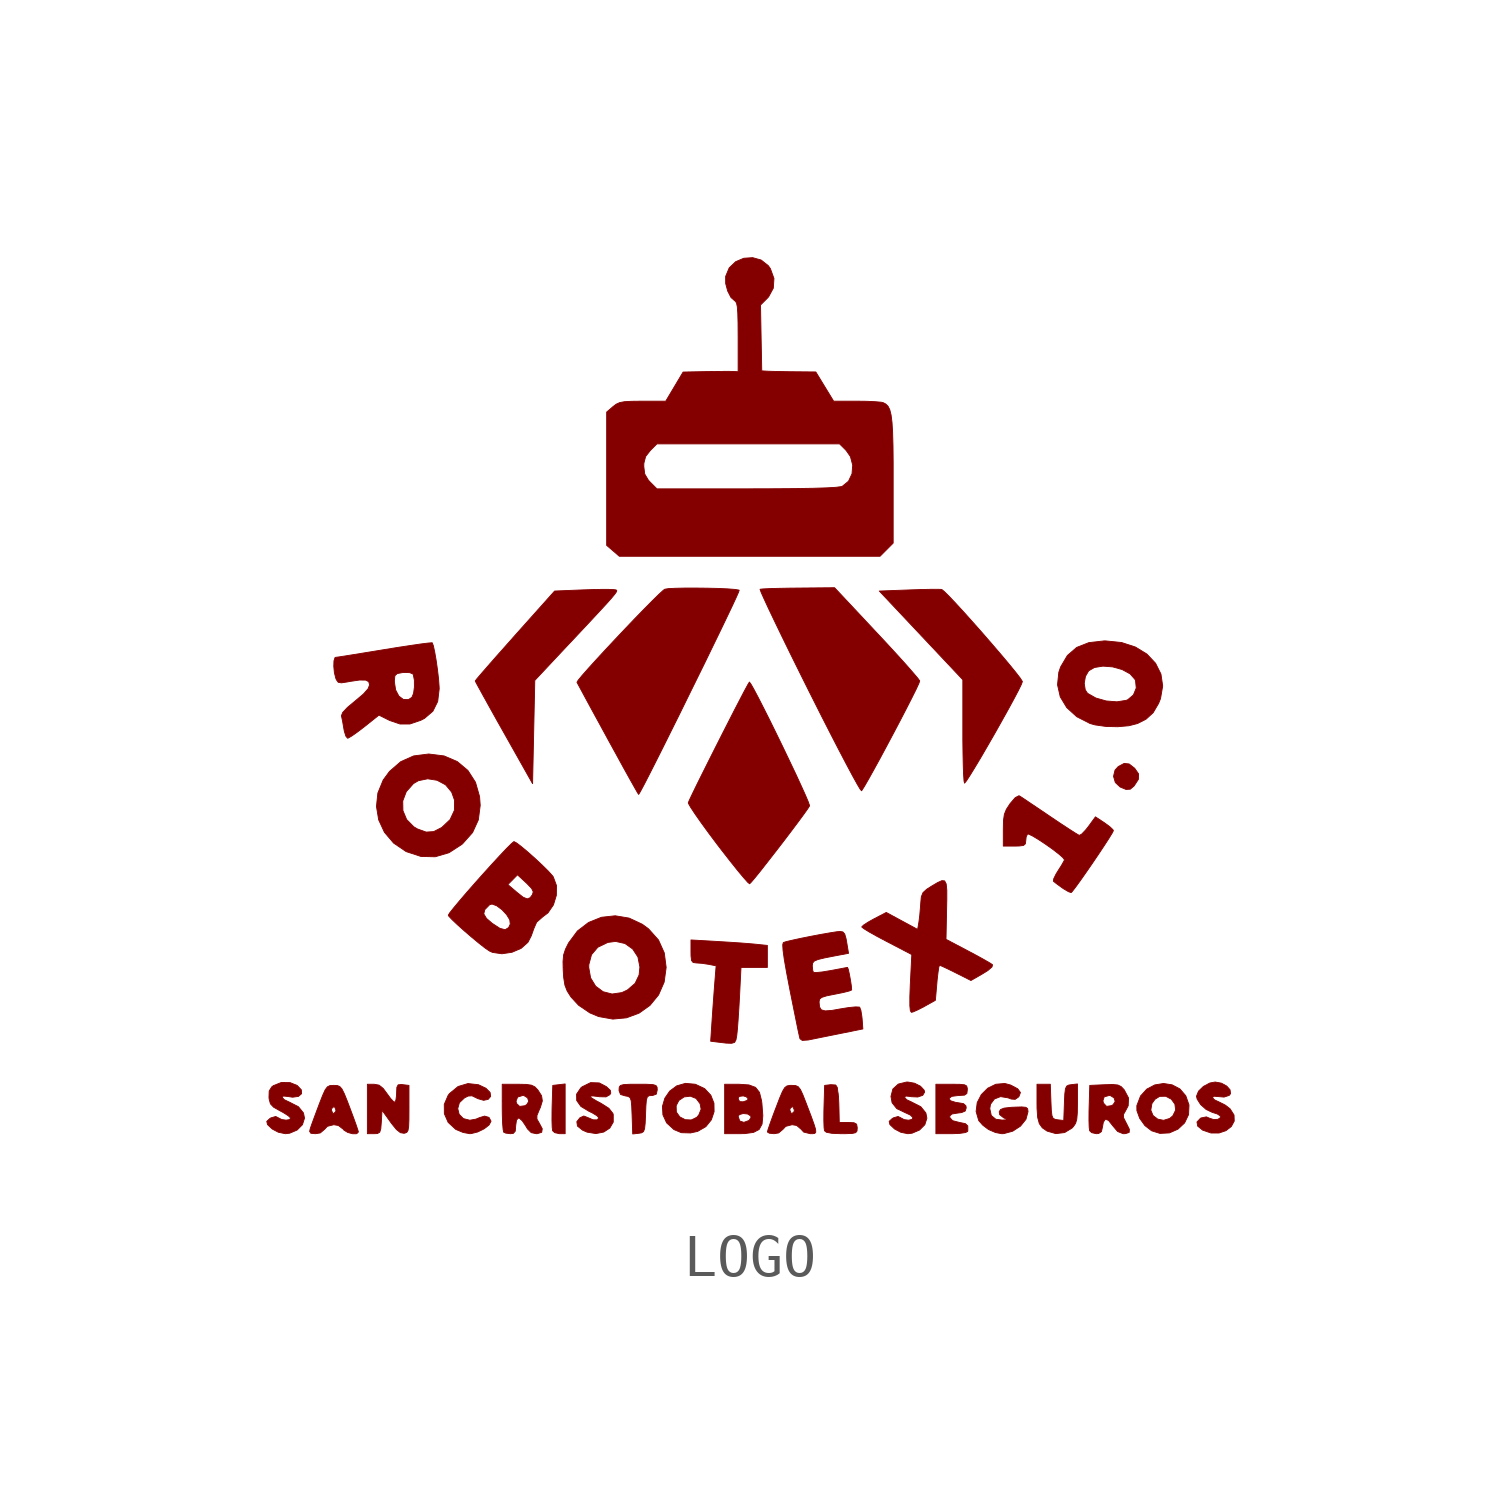
<source format=kicad_sym>
(kicad_symbol_lib
  (version 20210619)
  (generator bitmap2component)
  (symbol "LOGO"
    (pin_names
      (offset 1.016))
    (property "Reference" "#G"
      (at 0 11.011 0)
      (effects (font (size 1.27 1.27)) hide))
    (symbol "LOGO_0_0"
      (polyline (pts (xy -11.255 -9.79) (xy -11.081 -9.716) (xy -10.956 -9.59) (xy -10.908 -9.437) (xy -10.932 -9.316) (xy -11.05 -9.17) (xy -11.267 -9.059) (xy -11.382 -9.005) (xy -11.432 -8.95) (xy -11.406 -8.918) (xy -11.299 -8.929) (xy -11.187 -8.946) (xy -11.05 -8.927) (xy -10.977 -8.864) (xy -10.982 -8.774) (xy -11.078 -8.672) (xy -11.245 -8.604) (xy -11.452 -8.601) (xy -11.637 -8.674) (xy -11.677 -8.705) (xy -11.736 -8.801) (xy -11.741 -8.95) (xy -11.737 -8.992) (xy -11.707 -9.101) (xy -11.633 -9.18) (xy -11.488 -9.262) (xy -11.405 -9.307) (xy -11.287 -9.382) (xy -11.233 -9.434) (xy -11.258 -9.472) (xy -11.342 -9.484) (xy -11.445 -9.469) (xy -11.524 -9.428) (xy -11.583 -9.398) (xy -11.693 -9.43) (xy -11.719 -9.445) (xy -11.793 -9.513) (xy -11.775 -9.589) (xy -11.665 -9.692) (xy -11.521 -9.768) (xy -11.356 -9.802) (xy -11.255 -9.79)) (stroke (width 0.01)) (fill (type outline)))
      (polyline (pts (xy -9.684 -9.802) (xy -9.644 -9.762) (xy -9.655 -9.721) (xy -9.696 -9.598) (xy -9.762 -9.415) (xy -9.844 -9.196) (xy -9.902 -9.043) (xy -9.975 -8.862) (xy -10.031 -8.751) (xy -10.082 -8.694) (xy -10.141 -8.672) (xy -10.22 -8.669) (xy -10.23 -8.669) (xy -10.312 -8.674) (xy -10.371 -8.703) (xy -10.424 -8.774) (xy -10.483 -8.905) (xy -10.566 -9.117) (xy -10.598 -9.204) (xy -10.615 -9.248) (xy -10.276 -9.248) (xy -10.27 -9.212) (xy -10.223 -9.169) (xy -10.199 -9.178) (xy -10.171 -9.248) (xy -10.177 -9.285) (xy -10.223 -9.327) (xy -10.248 -9.319) (xy -10.276 -9.248) (xy -10.615 -9.248) (xy -10.676 -9.412) (xy -10.738 -9.581) (xy -10.773 -9.683) (xy -10.788 -9.748) (xy -10.759 -9.792) (xy -10.65 -9.802) (xy -10.538 -9.784) (xy -10.434 -9.696) (xy -10.373 -9.629) (xy -10.222 -9.591) (xy -10.114 -9.609) (xy -10 -9.696) (xy -9.983 -9.718) (xy -9.893 -9.773) (xy -9.78 -9.803) (xy -9.684 -9.802)) (stroke (width 0.01)) (fill (type outline)))
      (polyline (pts (xy -9.199 -9.798) (xy -9.144 -9.768) (xy -9.119 -9.687) (xy -9.106 -9.526) (xy -9.09 -9.251) (xy -8.89 -9.529) (xy -8.874 -9.553) (xy -8.752 -9.704) (xy -8.658 -9.778) (xy -8.574 -9.792) (xy -8.553 -9.788) (xy -8.508 -9.77) (xy -8.48 -9.723) (xy -8.465 -9.629) (xy -8.459 -9.469) (xy -8.458 -9.222) (xy -8.458 -8.669) (xy -8.603 -8.652) (xy -8.638 -8.648) (xy -8.712 -8.656) (xy -8.742 -8.714) (xy -8.748 -8.85) (xy -8.749 -8.9) (xy -8.765 -9.017) (xy -8.793 -9.064) (xy -8.816 -9.053) (xy -8.888 -8.977) (xy -8.979 -8.853) (xy -9.062 -8.741) (xy -9.159 -8.663) (xy -9.275 -8.642) (xy -9.433 -8.642) (xy -9.433 -9.802) (xy -9.277 -9.802) (xy -9.199 -9.798)) (stroke (width 0.01)) (fill (type outline)))
      (polyline (pts (xy -7.002 -9.8) (xy -6.848 -9.762) (xy -6.696 -9.688) (xy -6.58 -9.598) (xy -6.534 -9.511) (xy -6.535 -9.505) (xy -6.581 -9.42) (xy -6.684 -9.389) (xy -6.804 -9.425) (xy -6.886 -9.46) (xy -7.031 -9.486) (xy -7.181 -9.448) (xy -7.281 -9.347) (xy -7.314 -9.213) (xy -7.275 -9.074) (xy -7.155 -8.961) (xy -7.07 -8.919) (xy -6.979 -8.913) (xy -6.865 -8.968) (xy -6.848 -8.978) (xy -6.707 -9.019) (xy -6.6 -8.996) (xy -6.543 -8.928) (xy -6.555 -8.835) (xy -6.653 -8.736) (xy -6.829 -8.653) (xy -7.074 -8.626) (xy -7.306 -8.695) (xy -7.506 -8.859) (xy -7.539 -8.902) (xy -7.63 -9.113) (xy -7.628 -9.333) (xy -7.539 -9.536) (xy -7.366 -9.696) (xy -7.351 -9.705) (xy -7.188 -9.773) (xy -7.035 -9.801) (xy -7.002 -9.8)) (stroke (width 0.01)) (fill (type outline)))
      (polyline (pts (xy -5.448 -9.801) (xy -5.345 -9.769) (xy -5.332 -9.686) (xy -5.406 -9.547) (xy -5.457 -9.459) (xy -5.457 -9.376) (xy -5.406 -9.251) (xy -5.376 -9.185) (xy -5.33 -9.033) (xy -5.348 -8.912) (xy -5.432 -8.781) (xy -5.435 -8.776) (xy -5.504 -8.704) (xy -5.584 -8.664) (xy -5.708 -8.646) (xy -5.906 -8.642) (xy -6.271 -8.642) (xy -6.271 -9.037) (xy -5.947 -9.037) (xy -5.909 -8.942) (xy -5.792 -8.906) (xy -5.76 -8.909) (xy -5.676 -8.961) (xy -5.649 -9.045) (xy -5.697 -9.121) (xy -5.745 -9.147) (xy -5.863 -9.162) (xy -5.935 -9.093) (xy -5.947 -9.037) (xy -6.271 -9.037) (xy -6.271 -9.187) (xy -6.269 -9.353) (xy -6.262 -9.556) (xy -6.25 -9.702) (xy -6.236 -9.767) (xy -6.188 -9.788) (xy -6.078 -9.802) (xy -6.01 -9.794) (xy -5.965 -9.742) (xy -5.955 -9.617) (xy -5.955 -9.613) (xy -5.936 -9.481) (xy -5.888 -9.433) (xy -5.872 -9.436) (xy -5.8 -9.5) (xy -5.721 -9.617) (xy -5.679 -9.688) (xy -5.59 -9.777) (xy -5.472 -9.802) (xy -5.448 -9.801)) (stroke (width 0.01)) (fill (type outline)))
      (polyline (pts (xy -4.795 -8.635) (xy -5.085 -8.669) (xy -5.101 -9.165) (xy -5.103 -9.283) (xy -5.104 -9.492) (xy -5.099 -9.651) (xy -5.089 -9.732) (xy -5.04 -9.777) (xy -4.929 -9.802) (xy -4.795 -9.802) (xy -4.795 -8.635)) (stroke (width 0.01)) (fill (type outline)))
      (polyline (pts (xy -3.89 -9.763) (xy -3.748 -9.67) (xy -3.667 -9.53) (xy -3.667 -9.352) (xy -3.676 -9.325) (xy -3.77 -9.206) (xy -3.958 -9.087) (xy -4.062 -9.032) (xy -4.173 -8.965) (xy -4.216 -8.927) (xy -4.211 -8.921) (xy -4.142 -8.916) (xy -4.014 -8.931) (xy -3.988 -8.935) (xy -3.836 -8.938) (xy -3.748 -8.888) (xy -3.725 -8.851) (xy -3.735 -8.786) (xy -3.826 -8.7) (xy -3.995 -8.611) (xy -4.198 -8.604) (xy -4.393 -8.699) (xy -4.43 -8.73) (xy -4.527 -8.875) (xy -4.524 -9.023) (xy -4.426 -9.162) (xy -4.234 -9.278) (xy -4.162 -9.312) (xy -4.049 -9.38) (xy -4.005 -9.431) (xy -4.044 -9.478) (xy -4.142 -9.476) (xy -4.265 -9.423) (xy -4.358 -9.387) (xy -4.449 -9.429) (xy -4.521 -9.52) (xy -4.506 -9.623) (xy -4.387 -9.719) (xy -4.279 -9.766) (xy -4.074 -9.799) (xy -3.89 -9.763)) (stroke (width 0.01)) (fill (type outline)))
      (polyline (pts (xy -3.067 -9.792) (xy -3.002 -9.781) (xy -2.957 -9.752) (xy -2.932 -9.684) (xy -2.918 -9.554) (xy -2.909 -9.341) (xy -2.902 -9.156) (xy -2.89 -9.015) (xy -2.868 -8.94) (xy -2.828 -8.911) (xy -2.764 -8.906) (xy -2.742 -8.905) (xy -2.657 -8.874) (xy -2.635 -8.774) (xy -2.639 -8.711) (xy -2.665 -8.672) (xy -2.733 -8.651) (xy -2.866 -8.643) (xy -3.083 -8.642) (xy -3.292 -8.643) (xy -3.427 -8.651) (xy -3.499 -8.671) (xy -3.526 -8.709) (xy -3.531 -8.771) (xy -3.53 -8.796) (xy -3.495 -8.882) (xy -3.386 -8.915) (xy -3.318 -8.927) (xy -3.273 -8.956) (xy -3.247 -9.025) (xy -3.234 -9.156) (xy -3.225 -9.37) (xy -3.21 -9.808) (xy -3.067 -9.792)) (stroke (width 0.01)) (fill (type outline)))
      (polyline (pts (xy -1.688 -9.748) (xy -1.495 -9.636) (xy -1.366 -9.476) (xy -1.302 -9.285) (xy -1.305 -9.086) (xy -1.379 -8.899) (xy -1.524 -8.744) (xy -1.742 -8.642) (xy -1.974 -8.621) (xy -2.178 -8.68) (xy -2.342 -8.802) (xy -2.457 -8.969) (xy -2.509 -9.147) (xy -2.192 -9.147) (xy -2.128 -9.022) (xy -2.004 -8.939) (xy -1.859 -8.922) (xy -1.724 -8.975) (xy -1.63 -9.099) (xy -1.606 -9.226) (xy -1.66 -9.361) (xy -1.709 -9.418) (xy -1.839 -9.48) (xy -1.981 -9.473) (xy -2.107 -9.407) (xy -2.187 -9.294) (xy -2.192 -9.147) (xy -2.509 -9.147) (xy -2.513 -9.161) (xy -2.502 -9.36) (xy -2.415 -9.548) (xy -2.244 -9.705) (xy -2.07 -9.778) (xy -1.854 -9.784) (xy -1.688 -9.748)) (stroke (width 0.01)) (fill (type outline)))
      (polyline (pts (xy -0.58 -9.799) (xy -0.376 -9.771) (xy -0.245 -9.702) (xy -0.177 -9.577) (xy -0.159 -9.379) (xy -0.18 -9.095) (xy -0.189 -9.025) (xy -0.238 -8.832) (xy -0.33 -8.716) (xy -0.484 -8.658) (xy -0.72 -8.642) (xy -1.054 -8.642) (xy -1.054 -8.985) (xy -0.738 -8.985) (xy -0.716 -8.928) (xy -0.619 -8.915) (xy -0.545 -8.937) (xy -0.501 -8.985) (xy -0.526 -9.021) (xy -0.619 -9.054) (xy -0.701 -9.05) (xy -0.738 -8.985) (xy -1.054 -8.985) (xy -1.054 -9.398) (xy -0.738 -9.398) (xy -0.71 -9.354) (xy -0.621 -9.329) (xy -0.516 -9.339) (xy -0.444 -9.386) (xy -0.436 -9.421) (xy -0.481 -9.491) (xy -0.604 -9.536) (xy -0.7 -9.504) (xy -0.738 -9.398) (xy -1.054 -9.398) (xy -1.054 -9.802) (xy -0.717 -9.802) (xy -0.58 -9.799)) (stroke (width 0.01)) (fill (type outline)))
      (polyline (pts (xy 1.06 -9.795) (xy 1.083 -9.765) (xy 1.078 -9.698) (xy 1.041 -9.578) (xy 0.973 -9.389) (xy 0.869 -9.117) (xy 0.859 -9.09) (xy 0.78 -8.888) (xy 0.722 -8.764) (xy 0.669 -8.698) (xy 0.608 -8.673) (xy 0.523 -8.669) (xy 0.472 -8.669) (xy 0.407 -8.682) (xy 0.354 -8.723) (xy 0.302 -8.811) (xy 0.237 -8.963) (xy 0.148 -9.196) (xy 0.128 -9.248) (xy 0.474 -9.248) (xy 0.48 -9.212) (xy 0.527 -9.169) (xy 0.551 -9.178) (xy 0.58 -9.248) (xy 0.574 -9.285) (xy 0.527 -9.327) (xy 0.503 -9.319) (xy 0.474 -9.248) (xy 0.128 -9.248) (xy 0.083 -9.367) (xy 0.013 -9.56) (xy -0.035 -9.699) (xy -0.052 -9.762) (xy -0.052 -9.762) (xy -0.007 -9.79) (xy 0.104 -9.802) (xy 0.212 -9.784) (xy 0.316 -9.696) (xy 0.377 -9.63) (xy 0.527 -9.591) (xy 0.634 -9.608) (xy 0.738 -9.696) (xy 0.8 -9.764) (xy 0.954 -9.802) (xy 1.009 -9.802) (xy 1.06 -9.795)) (stroke (width 0.01)) (fill (type outline)))
      (polyline (pts (xy 1.786 -9.801) (xy 1.938 -9.796) (xy 2.018 -9.778) (xy 2.05 -9.739) (xy 2.055 -9.67) (xy 2.055 -9.659) (xy 2.041 -9.579) (xy 1.98 -9.545) (xy 1.844 -9.538) (xy 1.634 -9.538) (xy 1.627 -9.222) (xy 1.623 -9.079) (xy 1.615 -8.931) (xy 1.607 -8.853) (xy 1.601 -8.825) (xy 1.587 -8.718) (xy 1.551 -8.66) (xy 1.436 -8.652) (xy 1.291 -8.669) (xy 1.276 -9.165) (xy 1.273 -9.283) (xy 1.272 -9.492) (xy 1.277 -9.651) (xy 1.287 -9.732) (xy 1.331 -9.768) (xy 1.461 -9.793) (xy 1.685 -9.802) (xy 1.786 -9.801)) (stroke (width 0.01)) (fill (type outline)))
      (polyline (pts (xy 3.342 -9.79) (xy 3.516 -9.716) (xy 3.641 -9.59) (xy 3.689 -9.437) (xy 3.665 -9.316) (xy 3.547 -9.17) (xy 3.33 -9.059) (xy 3.215 -9.005) (xy 3.165 -8.95) (xy 3.191 -8.918) (xy 3.298 -8.929) (xy 3.32 -8.934) (xy 3.475 -8.941) (xy 3.591 -8.902) (xy 3.636 -8.826) (xy 3.624 -8.78) (xy 3.538 -8.688) (xy 3.399 -8.618) (xy 3.241 -8.59) (xy 3.213 -8.59) (xy 3.018 -8.638) (xy 2.891 -8.754) (xy 2.846 -8.927) (xy 2.873 -9.077) (xy 2.983 -9.214) (xy 3.185 -9.311) (xy 3.3 -9.364) (xy 3.361 -9.423) (xy 3.34 -9.467) (xy 3.259 -9.485) (xy 3.156 -9.472) (xy 3.073 -9.428) (xy 3.014 -9.398) (xy 2.904 -9.43) (xy 2.878 -9.445) (xy 2.804 -9.513) (xy 2.822 -9.589) (xy 2.932 -9.692) (xy 3.076 -9.768) (xy 3.241 -9.802) (xy 3.342 -9.79)) (stroke (width 0.01)) (fill (type outline)))
      (polyline (pts (xy 4.461 -9.794) (xy 4.593 -9.775) (xy 4.645 -9.749) (xy 4.649 -9.726) (xy 4.648 -9.619) (xy 4.591 -9.566) (xy 4.453 -9.538) (xy 4.453 -9.538) (xy 4.291 -9.496) (xy 4.226 -9.423) (xy 4.226 -9.385) (xy 4.276 -9.34) (xy 4.41 -9.318) (xy 4.504 -9.306) (xy 4.589 -9.269) (xy 4.611 -9.196) (xy 4.604 -9.148) (xy 4.548 -9.097) (xy 4.413 -9.074) (xy 4.366 -9.068) (xy 4.239 -9.028) (xy 4.209 -8.974) (xy 4.271 -8.926) (xy 4.427 -8.906) (xy 4.445 -8.906) (xy 4.572 -8.897) (xy 4.626 -8.859) (xy 4.637 -8.774) (xy 4.637 -8.739) (xy 4.622 -8.684) (xy 4.572 -8.655) (xy 4.461 -8.644) (xy 4.269 -8.642) (xy 3.9 -8.642) (xy 3.9 -9.802) (xy 4.277 -9.802) (xy 4.461 -9.794)) (stroke (width 0.01)) (fill (type outline)))
      (polyline (pts (xy 5.491 -9.8) (xy 5.702 -9.743) (xy 5.884 -9.624) (xy 6.012 -9.465) (xy 6.06 -9.287) (xy 6.06 -9.277) (xy 6.051 -9.214) (xy 6.009 -9.183) (xy 5.911 -9.174) (xy 5.731 -9.18) (xy 5.656 -9.184) (xy 5.499 -9.202) (xy 5.416 -9.235) (xy 5.385 -9.288) (xy 5.396 -9.356) (xy 5.49 -9.43) (xy 5.564 -9.462) (xy 5.556 -9.477) (xy 5.452 -9.482) (xy 5.305 -9.463) (xy 5.199 -9.375) (xy 5.164 -9.213) (xy 5.181 -9.111) (xy 5.272 -8.988) (xy 5.416 -8.932) (xy 5.59 -8.96) (xy 5.667 -8.989) (xy 5.759 -8.996) (xy 5.833 -8.945) (xy 5.849 -8.927) (xy 5.883 -8.836) (xy 5.819 -8.749) (xy 5.654 -8.661) (xy 5.516 -8.624) (xy 5.306 -8.642) (xy 5.117 -8.734) (xy 4.966 -8.884) (xy 4.869 -9.072) (xy 4.843 -9.281) (xy 4.904 -9.492) (xy 4.91 -9.501) (xy 5 -9.602) (xy 5.128 -9.699) (xy 5.14 -9.706) (xy 5.297 -9.774) (xy 5.444 -9.802) (xy 5.491 -9.8)) (stroke (width 0.01)) (fill (type outline)))
      (polyline (pts (xy 6.919 -9.775) (xy 7.09 -9.672) (xy 7.126 -9.634) (xy 7.176 -9.56) (xy 7.204 -9.463) (xy 7.217 -9.315) (xy 7.22 -9.089) (xy 7.22 -8.635) (xy 7.075 -8.652) (xy 7.016 -8.661) (xy 6.966 -8.687) (xy 6.938 -8.751) (xy 6.923 -8.874) (xy 6.914 -9.08) (xy 6.899 -9.492) (xy 6.756 -9.476) (xy 6.701 -9.467) (xy 6.65 -9.442) (xy 6.622 -9.379) (xy 6.607 -9.256) (xy 6.598 -9.051) (xy 6.583 -8.642) (xy 6.271 -8.642) (xy 6.271 -9.08) (xy 6.272 -9.209) (xy 6.287 -9.422) (xy 6.326 -9.566) (xy 6.396 -9.664) (xy 6.508 -9.741) (xy 6.511 -9.742) (xy 6.713 -9.8) (xy 6.919 -9.775)) (stroke (width 0.01)) (fill (type outline)))
      (polyline (pts (xy 8.348 -9.8) (xy 8.433 -9.772) (xy 8.438 -9.699) (xy 8.37 -9.562) (xy 8.36 -9.543) (xy 8.302 -9.429) (xy 8.299 -9.351) (xy 8.348 -9.265) (xy 8.41 -9.146) (xy 8.418 -8.964) (xy 8.32 -8.779) (xy 8.314 -8.77) (xy 8.246 -8.698) (xy 8.169 -8.66) (xy 8.051 -8.648) (xy 7.859 -8.653) (xy 7.509 -8.669) (xy 7.498 -9.031) (xy 7.817 -9.031) (xy 7.847 -8.938) (xy 7.962 -8.906) (xy 7.994 -8.909) (xy 8.078 -8.961) (xy 8.105 -9.045) (xy 8.057 -9.121) (xy 8.017 -9.144) (xy 7.902 -9.161) (xy 7.831 -9.085) (xy 7.817 -9.031) (xy 7.498 -9.031) (xy 7.494 -9.165) (xy 7.491 -9.283) (xy 7.49 -9.492) (xy 7.495 -9.651) (xy 7.506 -9.732) (xy 7.553 -9.777) (xy 7.662 -9.802) (xy 7.718 -9.797) (xy 7.782 -9.753) (xy 7.809 -9.634) (xy 7.826 -9.535) (xy 7.873 -9.461) (xy 7.948 -9.489) (xy 8.05 -9.618) (xy 8.162 -9.75) (xy 8.291 -9.802) (xy 8.348 -9.8)) (stroke (width 0.01)) (fill (type outline)))
      (polyline (pts (xy 9.377 -9.783) (xy 9.576 -9.696) (xy 9.733 -9.549) (xy 9.826 -9.354) (xy 9.836 -9.127) (xy 9.761 -8.913) (xy 9.623 -8.752) (xy 9.441 -8.656) (xy 9.238 -8.624) (xy 9.033 -8.658) (xy 8.846 -8.756) (xy 8.7 -8.917) (xy 8.613 -9.143) (xy 8.614 -9.249) (xy 8.94 -9.249) (xy 8.966 -9.095) (xy 9.039 -8.994) (xy 9.147 -8.926) (xy 9.29 -8.924) (xy 9.421 -8.992) (xy 9.505 -9.108) (xy 9.523 -9.247) (xy 9.457 -9.382) (xy 9.383 -9.444) (xy 9.24 -9.488) (xy 9.102 -9.46) (xy 8.993 -9.376) (xy 8.94 -9.249) (xy 8.614 -9.249) (xy 8.614 -9.26) (xy 8.68 -9.442) (xy 8.803 -9.613) (xy 8.96 -9.734) (xy 9.155 -9.795) (xy 9.377 -9.783)) (stroke (width 0.01)) (fill (type outline)))
      (polyline (pts (xy 10.542 -9.785) (xy 10.705 -9.729) (xy 10.829 -9.632) (xy 10.897 -9.506) (xy 10.892 -9.364) (xy 10.799 -9.218) (xy 10.688 -9.132) (xy 10.535 -9.055) (xy 10.438 -9.01) (xy 10.384 -8.956) (xy 10.419 -8.923) (xy 10.542 -8.933) (xy 10.658 -8.943) (xy 10.78 -8.903) (xy 10.81 -8.862) (xy 10.799 -8.773) (xy 10.721 -8.685) (xy 10.597 -8.617) (xy 10.449 -8.59) (xy 10.325 -8.613) (xy 10.174 -8.693) (xy 10.059 -8.805) (xy 10.012 -8.923) (xy 10.027 -8.989) (xy 10.11 -9.12) (xy 10.24 -9.235) (xy 10.381 -9.301) (xy 10.5 -9.339) (xy 10.569 -9.384) (xy 10.573 -9.426) (xy 10.516 -9.464) (xy 10.419 -9.472) (xy 10.32 -9.44) (xy 10.243 -9.407) (xy 10.117 -9.433) (xy 10.106 -9.44) (xy 10.023 -9.527) (xy 10.04 -9.624) (xy 10.157 -9.719) (xy 10.16 -9.72) (xy 10.354 -9.786) (xy 10.542 -9.785)) (stroke (width 0.01)) (fill (type outline)))
      (polyline (pts (xy -0.821 -7.66) (xy -0.789 -7.601) (xy -0.77 -7.496) (xy -0.769 -7.488) (xy -0.755 -7.352) (xy -0.739 -7.14) (xy -0.722 -6.88) (xy -0.706 -6.6) (xy -0.671 -5.902) (xy -0.053 -5.902) (xy -0.053 -5.386) (xy -0.356 -5.355) (xy -0.469 -5.345) (xy -0.701 -5.327) (xy -0.974 -5.309) (xy -1.252 -5.292) (xy -1.844 -5.258) (xy -1.844 -5.527) (xy -1.843 -5.633) (xy -1.83 -5.742) (xy -1.793 -5.787) (xy -1.719 -5.797) (xy -1.586 -5.806) (xy -1.424 -5.831) (xy -1.254 -5.865) (xy -1.284 -6.239) (xy -1.289 -6.302) (xy -1.308 -6.555) (xy -1.329 -6.846) (xy -1.348 -7.123) (xy -1.382 -7.633) (xy -1.205 -7.655) (xy -1.022 -7.677) (xy -0.891 -7.682) (xy -0.821 -7.66)) (stroke (width 0.01)) (fill (type outline)))
      (polyline (pts (xy 0.907 -7.604) (xy 0.981 -7.589) (xy 1.157 -7.553) (xy 1.385 -7.507) (xy 1.634 -7.457) (xy 2.187 -7.345) (xy 2.17 -7.111) (xy 2.163 -7.047) (xy 2.141 -6.91) (xy 2.113 -6.837) (xy 2.104 -6.832) (xy 2.015 -6.828) (xy 1.858 -6.843) (xy 1.659 -6.875) (xy 1.464 -6.91) (xy 1.304 -6.922) (xy 1.212 -6.897) (xy 1.171 -6.829) (xy 1.16 -6.71) (xy 1.16 -6.71) (xy 1.172 -6.648) (xy 1.223 -6.605) (xy 1.336 -6.569) (xy 1.531 -6.53) (xy 1.547 -6.527) (xy 1.73 -6.49) (xy 1.864 -6.456) (xy 1.922 -6.432) (xy 1.924 -6.42) (xy 1.917 -6.334) (xy 1.897 -6.202) (xy 1.871 -6.061) (xy 1.846 -5.948) (xy 1.827 -5.902) (xy 1.825 -5.902) (xy 1.761 -5.914) (xy 1.623 -5.94) (xy 1.438 -5.975) (xy 1.413 -5.979) (xy 1.229 -6.009) (xy 1.092 -6.023) (xy 1.03 -6.019) (xy 1.012 -5.977) (xy 1.001 -5.87) (xy 1.001 -5.857) (xy 1.011 -5.797) (xy 1.048 -5.753) (xy 1.133 -5.717) (xy 1.283 -5.68) (xy 1.518 -5.634) (xy 1.851 -5.571) (xy 1.815 -5.354) (xy 1.794 -5.232) (xy 1.762 -5.119) (xy 1.719 -5.07) (xy 1.652 -5.059) (xy 1.574 -5.066) (xy 1.415 -5.091) (xy 1.208 -5.127) (xy 0.976 -5.171) (xy 0.746 -5.217) (xy 0.543 -5.261) (xy 0.393 -5.296) (xy 0.322 -5.319) (xy 0.308 -5.369) (xy 0.315 -5.5) (xy 0.345 -5.718) (xy 0.399 -6.026) (xy 0.477 -6.432) (xy 0.495 -6.522) (xy 0.559 -6.841) (xy 0.616 -7.122) (xy 0.662 -7.349) (xy 0.696 -7.505) (xy 0.712 -7.574) (xy 0.766 -7.614) (xy 0.907 -7.604)) (stroke (width 0.01)) (fill (type outline)))
      (polyline (pts (xy -3.356 -7.084) (xy -3.06 -6.974) (xy -2.805 -6.792) (xy -2.604 -6.547) (xy -2.473 -6.247) (xy -2.426 -5.902) (xy -2.47 -5.562) (xy -2.606 -5.259) (xy -2.838 -4.999) (xy -2.985 -4.89) (xy -3.296 -4.745) (xy -3.621 -4.691) (xy -3.943 -4.726) (xy -4.244 -4.846) (xy -4.507 -5.048) (xy -4.715 -5.329) (xy -4.787 -5.474) (xy -4.831 -5.609) (xy -4.845 -5.764) (xy -4.842 -5.902) (xy -4.242 -5.902) (xy -4.24 -5.838) (xy -4.177 -5.603) (xy -4.029 -5.429) (xy -3.795 -5.316) (xy -3.612 -5.292) (xy -3.393 -5.341) (xy -3.212 -5.469) (xy -3.088 -5.658) (xy -3.042 -5.894) (xy -3.061 -6.08) (xy -3.155 -6.277) (xy -3.336 -6.432) (xy -3.466 -6.493) (xy -3.694 -6.526) (xy -3.905 -6.472) (xy -4.079 -6.343) (xy -4.198 -6.149) (xy -4.242 -5.902) (xy -4.842 -5.902) (xy -4.84 -5.981) (xy -4.829 -6.143) (xy -4.801 -6.317) (xy -4.748 -6.454) (xy -4.658 -6.596) (xy -4.479 -6.79) (xy -4.215 -6.969) (xy -4.011 -7.054) (xy -3.678 -7.114) (xy -3.356 -7.084)) (stroke (width 0.01)) (fill (type outline)))
      (polyline (pts (xy 3.368 -6.945) (xy 3.485 -6.893) (xy 3.636 -6.814) (xy 3.888 -6.673) (xy 3.924 -6.261) (xy 3.928 -6.209) (xy 3.949 -6.026) (xy 3.968 -5.898) (xy 3.984 -5.849) (xy 3.987 -5.85) (xy 4.057 -5.88) (xy 4.191 -5.943) (xy 4.365 -6.029) (xy 4.722 -6.209) (xy 5 -6.049) (xy 5.117 -5.976) (xy 5.215 -5.892) (xy 5.229 -5.84) (xy 5.181 -5.807) (xy 5.054 -5.733) (xy 4.873 -5.632) (xy 4.659 -5.518) (xy 4.137 -5.243) (xy 4.151 -4.545) (xy 4.156 -4.317) (xy 4.156 -4.087) (xy 4.141 -3.943) (xy 4.105 -3.873) (xy 4.04 -3.867) (xy 3.939 -3.913) (xy 3.794 -3.999) (xy 3.687 -4.067) (xy 3.598 -4.148) (xy 3.558 -4.246) (xy 3.544 -4.403) (xy 3.539 -4.476) (xy 3.522 -4.676) (xy 3.502 -4.837) (xy 3.472 -5.011) (xy 3.104 -4.812) (xy 2.736 -4.613) (xy 2.448 -4.763) (xy 2.315 -4.837) (xy 2.204 -4.909) (xy 2.161 -4.952) (xy 2.161 -4.954) (xy 2.214 -4.996) (xy 2.341 -5.074) (xy 2.525 -5.177) (xy 2.748 -5.295) (xy 3.335 -5.601) (xy 3.301 -6.278) (xy 3.3 -6.29) (xy 3.289 -6.593) (xy 3.289 -6.8) (xy 3.301 -6.918) (xy 3.325 -6.956) (xy 3.368 -6.945)) (stroke (width 0.01)) (fill (type outline)))
      (polyline (pts (xy -6.042 -5.547) (xy -5.827 -5.455) (xy -5.67 -5.315) (xy -5.663 -5.304) (xy -5.589 -5.16) (xy -5.53 -4.993) (xy -5.464 -4.842) (xy -5.321 -4.716) (xy -5.198 -4.623) (xy -5.07 -4.436) (xy -5.001 -4.21) (xy -4.999 -3.98) (xy -5.074 -3.778) (xy -5.092 -3.753) (xy -5.187 -3.647) (xy -5.327 -3.509) (xy -5.49 -3.356) (xy -5.659 -3.205) (xy -5.813 -3.076) (xy -5.931 -2.985) (xy -5.995 -2.951) (xy -5.998 -2.952) (xy -6.055 -2.999) (xy -6.167 -3.11) (xy -6.32 -3.272) (xy -6.502 -3.469) (xy -6.701 -3.689) (xy -6.904 -3.916) (xy -6.941 -3.959) (xy -6.139 -3.959) (xy -6.026 -3.845) (xy -5.913 -3.73) (xy -5.71 -3.917) (xy -5.686 -3.94) (xy -5.58 -4.051) (xy -5.543 -4.129) (xy -5.563 -4.197) (xy -5.616 -4.267) (xy -5.686 -4.295) (xy -5.783 -4.254) (xy -5.928 -4.139) (xy -6.139 -3.959) (xy -6.941 -3.959) (xy -7.098 -4.137) (xy -7.27 -4.338) (xy -7.409 -4.505) (xy -7.502 -4.622) (xy -7.516 -4.646) (xy -6.704 -4.646) (xy -6.679 -4.546) (xy -6.566 -4.431) (xy -6.509 -4.416) (xy -6.4 -4.456) (xy -6.278 -4.547) (xy -6.168 -4.664) (xy -6.094 -4.785) (xy -6.082 -4.886) (xy -6.12 -4.968) (xy -6.203 -5.018) (xy -6.327 -4.985) (xy -6.505 -4.869) (xy -6.64 -4.753) (xy -6.704 -4.646) (xy -7.516 -4.646) (xy -7.536 -4.678) (xy -7.522 -4.702) (xy -7.444 -4.784) (xy -7.314 -4.907) (xy -7.153 -5.051) (xy -6.978 -5.201) (xy -6.81 -5.34) (xy -6.667 -5.452) (xy -6.569 -5.518) (xy -6.498 -5.55) (xy -6.279 -5.582) (xy -6.042 -5.547)) (stroke (width 0.01)) (fill (type outline)))
      (polyline (pts (xy 7.093 -4.127) (xy 7.165 -4.035) (xy 7.275 -3.884) (xy 7.41 -3.692) (xy 7.559 -3.477) (xy 7.707 -3.258) (xy 7.844 -3.052) (xy 7.957 -2.878) (xy 8.034 -2.752) (xy 8.063 -2.695) (xy 8.052 -2.672) (xy 7.976 -2.6) (xy 7.853 -2.51) (xy 7.642 -2.371) (xy 7.479 -2.595) (xy 7.412 -2.679) (xy 7.321 -2.774) (xy 7.264 -2.805) (xy 7.249 -2.798) (xy 7.157 -2.743) (xy 7.003 -2.644) (xy 6.802 -2.512) (xy 6.572 -2.357) (xy 6.476 -2.292) (xy 6.254 -2.142) (xy 6.066 -2.016) (xy 5.931 -1.925) (xy 5.865 -1.882) (xy 5.846 -1.876) (xy 5.76 -1.921) (xy 5.64 -2.061) (xy 5.637 -2.066) (xy 5.553 -2.194) (xy 5.506 -2.311) (xy 5.485 -2.457) (xy 5.481 -2.669) (xy 5.481 -3.056) (xy 5.744 -3.056) (xy 5.846 -3.055) (xy 5.954 -3.042) (xy 5.998 -3.004) (xy 6.008 -2.928) (xy 6.017 -2.84) (xy 6.049 -2.774) (xy 6.07 -2.774) (xy 6.163 -2.817) (xy 6.303 -2.901) (xy 6.468 -3.01) (xy 6.635 -3.128) (xy 6.78 -3.24) (xy 6.881 -3.329) (xy 6.916 -3.379) (xy 6.905 -3.404) (xy 6.848 -3.505) (xy 6.763 -3.639) (xy 6.719 -3.71) (xy 6.664 -3.822) (xy 6.656 -3.881) (xy 6.666 -3.889) (xy 6.744 -3.95) (xy 6.861 -4.035) (xy 6.899 -4.061) (xy 7.01 -4.126) (xy 7.072 -4.147) (xy 7.093 -4.127)) (stroke (width 0.01)) (fill (type outline)))
      (polyline (pts (xy -0.429 -3.901) (xy -0.336 -3.791) (xy -0.202 -3.625) (xy -0.04 -3.418) (xy 0.14 -3.187) (xy 0.326 -2.946) (xy 0.506 -2.709) (xy 0.668 -2.493) (xy 0.802 -2.311) (xy 0.895 -2.18) (xy 0.937 -2.113) (xy 0.936 -2.103) (xy 0.905 -2.014) (xy 0.836 -1.852) (xy 0.735 -1.629) (xy 0.611 -1.36) (xy 0.468 -1.06) (xy 0.316 -0.742) (xy 0.159 -0.42) (xy 0.006 -0.109) (xy -0.138 0.177) (xy -0.264 0.424) (xy -0.367 0.618) (xy -0.439 0.745) (xy -0.473 0.79) (xy -0.475 0.789) (xy -0.509 0.733) (xy -0.583 0.597) (xy -0.687 0.398) (xy -0.817 0.148) (xy -0.963 -0.138) (xy -1.12 -0.446) (xy -1.28 -0.762) (xy -1.436 -1.072) (xy -1.581 -1.362) (xy -1.708 -1.618) (xy -1.809 -1.826) (xy -1.878 -1.971) (xy -1.907 -2.04) (xy -1.903 -2.056) (xy -1.851 -2.148) (xy -1.748 -2.304) (xy -1.603 -2.511) (xy -1.423 -2.758) (xy -1.219 -3.03) (xy -1.123 -3.155) (xy -0.924 -3.41) (xy -0.75 -3.628) (xy -0.609 -3.797) (xy -0.512 -3.906) (xy -0.469 -3.941) (xy -0.429 -3.901)) (stroke (width 0.01)) (fill (type outline)))
      (polyline (pts (xy -7.519 -3.212) (xy -7.217 -3.016) (xy -7.198 -2.999) (xy -6.966 -2.738) (xy -6.831 -2.442) (xy -6.787 -2.101) (xy -6.802 -1.895) (xy -6.898 -1.56) (xy -7.075 -1.284) (xy -7.324 -1.075) (xy -7.634 -0.942) (xy -7.995 -0.897) (xy -7.998 -0.897) (xy -8.349 -0.942) (xy -8.65 -1.076) (xy -8.915 -1.306) (xy -9.063 -1.508) (xy -9.187 -1.811) (xy -9.207 -1.999) (xy -8.604 -1.999) (xy -8.521 -1.78) (xy -8.352 -1.59) (xy -8.237 -1.523) (xy -8.02 -1.478) (xy -7.798 -1.513) (xy -7.6 -1.619) (xy -7.457 -1.79) (xy -7.39 -1.978) (xy -7.392 -2.217) (xy -7.493 -2.435) (xy -7.689 -2.62) (xy -7.692 -2.622) (xy -7.879 -2.717) (xy -8.055 -2.728) (xy -8.258 -2.655) (xy -8.345 -2.604) (xy -8.513 -2.433) (xy -8.6 -2.224) (xy -8.604 -1.999) (xy -9.207 -1.999) (xy -9.22 -2.128) (xy -9.168 -2.442) (xy -9.033 -2.733) (xy -8.818 -2.986) (xy -8.528 -3.183) (xy -8.517 -3.188) (xy -8.179 -3.299) (xy -7.843 -3.307) (xy -7.519 -3.212)) (stroke (width 0.01)) (fill (type outline)))
      (polyline (pts (xy -3.066 -1.838) (xy -3.022 -1.762) (xy -2.938 -1.605) (xy -2.822 -1.379) (xy -2.678 -1.095) (xy -2.511 -0.763) (xy -2.328 -0.395) (xy -2.132 -0.002) (xy -1.931 0.407) (xy -1.728 0.819) (xy -1.529 1.223) (xy -1.341 1.61) (xy -1.167 1.968) (xy -1.014 2.286) (xy -0.886 2.554) (xy -0.79 2.76) (xy -0.731 2.893) (xy -0.713 2.944) (xy -0.722 2.948) (xy -0.813 2.963) (xy -0.982 2.976) (xy -1.205 2.986) (xy -1.461 2.992) (xy -1.728 2.995) (xy -1.983 2.995) (xy -2.204 2.99) (xy -2.37 2.982) (xy -2.458 2.968) (xy -2.494 2.942) (xy -2.596 2.849) (xy -2.748 2.7) (xy -2.938 2.508) (xy -3.155 2.285) (xy -3.387 2.042) (xy -3.624 1.791) (xy -3.855 1.544) (xy -4.068 1.313) (xy -4.252 1.11) (xy -4.396 0.947) (xy -4.488 0.835) (xy -4.518 0.786) (xy -4.517 0.784) (xy -4.483 0.72) (xy -4.405 0.576) (xy -4.292 0.366) (xy -4.148 0.101) (xy -3.98 -0.206) (xy -3.796 -0.544) (xy -3.766 -0.599) (xy -3.584 -0.93) (xy -3.421 -1.228) (xy -3.281 -1.48) (xy -3.171 -1.675) (xy -3.1 -1.8) (xy -3.072 -1.844) (xy -3.066 -1.838)) (stroke (width 0.01)) (fill (type outline)))
      (polyline (pts (xy 2.166 -1.747) (xy 2.227 -1.65) (xy 2.324 -1.482) (xy 2.448 -1.259) (xy 2.593 -0.995) (xy 2.749 -0.704) (xy 2.91 -0.402) (xy 3.067 -0.104) (xy 3.212 0.176) (xy 3.338 0.423) (xy 3.437 0.622) (xy 3.5 0.758) (xy 3.521 0.817) (xy 3.52 0.818) (xy 3.477 0.879) (xy 3.371 1.004) (xy 3.213 1.185) (xy 3.011 1.409) (xy 2.775 1.666) (xy 2.514 1.946) (xy 1.524 3.003) (xy 0.67 2.995) (xy 0.476 2.993) (xy 0.209 2.988) (xy -0.01 2.982) (xy -0.16 2.974) (xy -0.223 2.967) (xy -0.223 2.963) (xy -0.197 2.891) (xy -0.128 2.737) (xy -0.022 2.508) (xy 0.118 2.215) (xy 0.287 1.865) (xy 0.481 1.468) (xy 0.696 1.034) (xy 0.927 0.57) (xy 0.988 0.449) (xy 1.217 -0.006) (xy 1.432 -0.427) (xy 1.627 -0.805) (xy 1.799 -1.133) (xy 1.942 -1.401) (xy 2.052 -1.6) (xy 2.125 -1.723) (xy 2.156 -1.759) (xy 2.166 -1.747)) (stroke (width 0.01)) (fill (type outline)))
      (polyline (pts (xy 8.459 -1.722) (xy 8.547 -1.647) (xy 8.55 -1.643) (xy 8.649 -1.491) (xy 8.653 -1.363) (xy 8.565 -1.236) (xy 8.56 -1.23) (xy 8.431 -1.13) (xy 8.315 -1.118) (xy 8.177 -1.191) (xy 8.101 -1.275) (xy 8.066 -1.42) (xy 8.108 -1.565) (xy 8.221 -1.671) (xy 8.359 -1.728) (xy 8.459 -1.722)) (stroke (width 0.01)) (fill (type outline)))
      (polyline (pts (xy -5.533 -0.382) (xy -5.507 0.829) (xy -4.895 1.482) (xy -4.77 1.615) (xy -4.442 1.964) (xy -4.178 2.246) (xy -3.971 2.469) (xy -3.815 2.638) (xy -3.705 2.762) (xy -3.634 2.848) (xy -3.596 2.902) (xy -3.584 2.933) (xy -3.594 2.948) (xy -3.618 2.954) (xy -3.65 2.958) (xy -3.741 2.963) (xy -3.916 2.964) (xy -4.146 2.96) (xy -4.405 2.951) (xy -5.042 2.925) (xy -5.973 1.883) (xy -6.214 1.611) (xy -6.438 1.359) (xy -6.628 1.142) (xy -6.775 0.973) (xy -6.87 0.861) (xy -6.903 0.817) (xy -6.883 0.774) (xy -6.816 0.651) (xy -6.711 0.46) (xy -6.574 0.213) (xy -6.412 -0.078) (xy -6.231 -0.399) (xy -5.559 -1.592) (xy -5.533 -0.382)) (stroke (width 0.01)) (fill (type outline)))
      (polyline (pts (xy 4.574 -1.579) (xy 4.619 -1.524) (xy 4.704 -1.392) (xy 4.822 -1.2) (xy 4.964 -0.963) (xy 5.12 -0.694) (xy 5.284 -0.409) (xy 5.445 -0.123) (xy 5.596 0.148) (xy 5.729 0.392) (xy 5.834 0.591) (xy 5.903 0.732) (xy 5.928 0.8) (xy 5.926 0.808) (xy 5.876 0.886) (xy 5.768 1.025) (xy 5.615 1.213) (xy 5.427 1.436) (xy 5.216 1.682) (xy 4.994 1.938) (xy 4.77 2.191) (xy 4.557 2.429) (xy 4.366 2.637) (xy 4.208 2.804) (xy 4.095 2.916) (xy 4.037 2.962) (xy 4.03 2.963) (xy 3.939 2.966) (xy 3.769 2.965) (xy 3.541 2.96) (xy 3.276 2.951) (xy 2.573 2.925) (xy 3.553 1.884) (xy 4.532 0.844) (xy 4.532 -0.368) (xy 4.532 -0.57) (xy 4.536 -0.895) (xy 4.542 -1.173) (xy 4.55 -1.389) (xy 4.56 -1.53) (xy 4.572 -1.58) (xy 4.574 -1.579)) (stroke (width 0.01)) (fill (type outline)))
      (polyline (pts (xy -9.885 -0.524) (xy -9.801 -0.476) (xy -9.666 -0.381) (xy -9.502 -0.256) (xy -9.162 0.015) (xy -8.936 -0.098) (xy -8.909 -0.111) (xy -8.666 -0.194) (xy -8.437 -0.193) (xy -8.182 -0.107) (xy -8.093 -0.061) (xy -7.897 0.107) (xy -7.784 0.336) (xy -7.749 0.632) (xy -7.751 0.684) (xy -7.764 0.864) (xy -7.789 1.078) (xy -7.82 1.297) (xy -7.854 1.494) (xy -7.886 1.641) (xy -7.912 1.711) (xy -7.92 1.712) (xy -8.008 1.705) (xy -8.178 1.684) (xy -8.417 1.649) (xy -8.708 1.605) (xy -9.035 1.552) (xy -9.144 1.534) (xy -9.463 1.482) (xy -9.742 1.437) (xy -9.965 1.401) (xy -10.116 1.378) (xy -10.179 1.37) (xy -10.193 1.363) (xy -10.217 1.288) (xy -10.221 1.158) (xy -10.207 1.01) (xy -10.174 0.879) (xy -10.16 0.845) (xy -10.117 0.785) (xy -10.041 0.772) (xy -9.898 0.794) (xy -9.842 0.805) (xy -9.617 0.838) (xy -9.476 0.837) (xy -9.402 0.8) (xy -9.401 0.796) (xy -8.8 0.796) (xy -8.8 0.828) (xy -8.788 0.94) (xy -8.732 0.99) (xy -8.603 1.014) (xy -8.576 1.016) (xy -8.441 1.012) (xy -8.366 0.98) (xy -8.355 0.958) (xy -8.331 0.835) (xy -8.33 0.674) (xy -8.35 0.525) (xy -8.389 0.432) (xy -8.471 0.379) (xy -8.589 0.381) (xy -8.695 0.462) (xy -8.771 0.605) (xy -8.8 0.796) (xy -9.401 0.796) (xy -9.382 0.725) (xy -9.414 0.637) (xy -9.526 0.51) (xy -9.724 0.343) (xy -9.899 0.198) (xy -10.012 0.077) (xy -10.042 0.001) (xy -10.037 -0.022) (xy -10.012 -0.144) (xy -9.985 -0.303) (xy -9.974 -0.363) (xy -9.937 -0.48) (xy -9.897 -0.527) (xy -9.885 -0.524)) (stroke (width 0.01)) (fill (type outline)))
      (polyline (pts (xy 8.426 -0.234) (xy 8.629 -0.182) (xy 8.83 -0.079) (xy 8.995 0.072) (xy 9.123 0.29) (xy 9.168 0.402) (xy 9.219 0.699) (xy 9.178 0.979) (xy 9.052 1.231) (xy 8.85 1.446) (xy 8.581 1.611) (xy 8.254 1.718) (xy 7.878 1.756) (xy 7.846 1.756) (xy 7.487 1.715) (xy 7.202 1.603) (xy 6.984 1.414) (xy 6.826 1.146) (xy 6.783 1.021) (xy 6.756 0.759) (xy 7.379 0.759) (xy 7.407 0.923) (xy 7.483 1.054) (xy 7.618 1.132) (xy 7.819 1.164) (xy 8.047 1.146) (xy 8.268 1.084) (xy 8.454 0.983) (xy 8.571 0.85) (xy 8.582 0.824) (xy 8.599 0.651) (xy 8.533 0.489) (xy 8.4 0.376) (xy 8.364 0.362) (xy 8.147 0.327) (xy 7.895 0.347) (xy 7.651 0.416) (xy 7.456 0.527) (xy 7.403 0.607) (xy 7.379 0.759) (xy 6.756 0.759) (xy 6.753 0.725) (xy 6.817 0.443) (xy 6.97 0.19) (xy 7.205 -0.023) (xy 7.514 -0.181) (xy 7.631 -0.214) (xy 7.885 -0.25) (xy 8.164 -0.257) (xy 8.426 -0.234)) (stroke (width 0.01)) (fill (type outline)))
      (polyline (pts (xy 2.898 4.05) (xy 2.898 5.532) (xy 2.898 5.933) (xy 2.894 6.33) (xy 2.885 6.642) (xy 2.871 6.879) (xy 2.849 7.054) (xy 2.819 7.177) (xy 2.778 7.259) (xy 2.725 7.311) (xy 2.659 7.345) (xy 2.614 7.354) (xy 2.474 7.366) (xy 2.273 7.375) (xy 2.038 7.378) (xy 1.502 7.378) (xy 1.293 7.72) (xy 1.084 8.063) (xy 0.581 8.068) (xy 0.467 8.069) (xy 0.241 8.073) (xy 0.057 8.077) (xy -0.053 8.081) (xy -0.184 8.089) (xy -0.199 8.861) (xy -0.213 9.633) (xy -0.054 9.792) (xy -0.023 9.826) (xy 0.087 10.029) (xy 0.102 10.256) (xy 0.018 10.487) (xy -0.031 10.556) (xy -0.198 10.688) (xy -0.397 10.744) (xy -0.605 10.73) (xy -0.796 10.649) (xy -0.947 10.505) (xy -1.031 10.304) (xy -1.031 10.302) (xy -1.03 10.137) (xy -0.983 9.961) (xy -0.906 9.811) (xy -0.813 9.728) (xy -0.803 9.723) (xy -0.776 9.681) (xy -0.757 9.59) (xy -0.746 9.437) (xy -0.74 9.206) (xy -0.738 8.884) (xy -0.738 8.069) (xy -0.883 8.075) (xy -0.925 8.076) (xy -1.08 8.076) (xy -1.291 8.074) (xy -1.528 8.071) (xy -2.029 8.061) (xy -2.436 7.378) (xy -2.986 7.378) (xy -3.235 7.375) (xy -3.402 7.366) (xy -3.515 7.345) (xy -3.597 7.308) (xy -3.673 7.25) (xy -3.821 7.123) (xy -3.821 5.849) (xy -2.951 5.849) (xy -2.949 5.921) (xy -2.908 6.08) (xy -2.797 6.222) (xy -2.643 6.376) (xy 1.642 6.376) (xy 1.796 6.222) (xy 1.896 6.078) (xy 1.949 5.878) (xy 1.933 5.675) (xy 1.85 5.5) (xy 1.704 5.381) (xy 1.681 5.374) (xy 1.557 5.358) (xy 1.338 5.345) (xy 1.021 5.335) (xy 0.605 5.328) (xy 0.087 5.324) (xy -0.533 5.322) (xy -2.643 5.322) (xy -2.797 5.476) (xy -2.845 5.528) (xy -2.929 5.67) (xy -2.951 5.849) (xy -3.821 5.849) (xy -3.821 3.996) (xy -3.673 3.869) (xy -3.525 3.741) (xy 2.59 3.741) (xy 2.898 4.05)) (stroke (width 0.01)) (fill (type outline))))))
</source>
